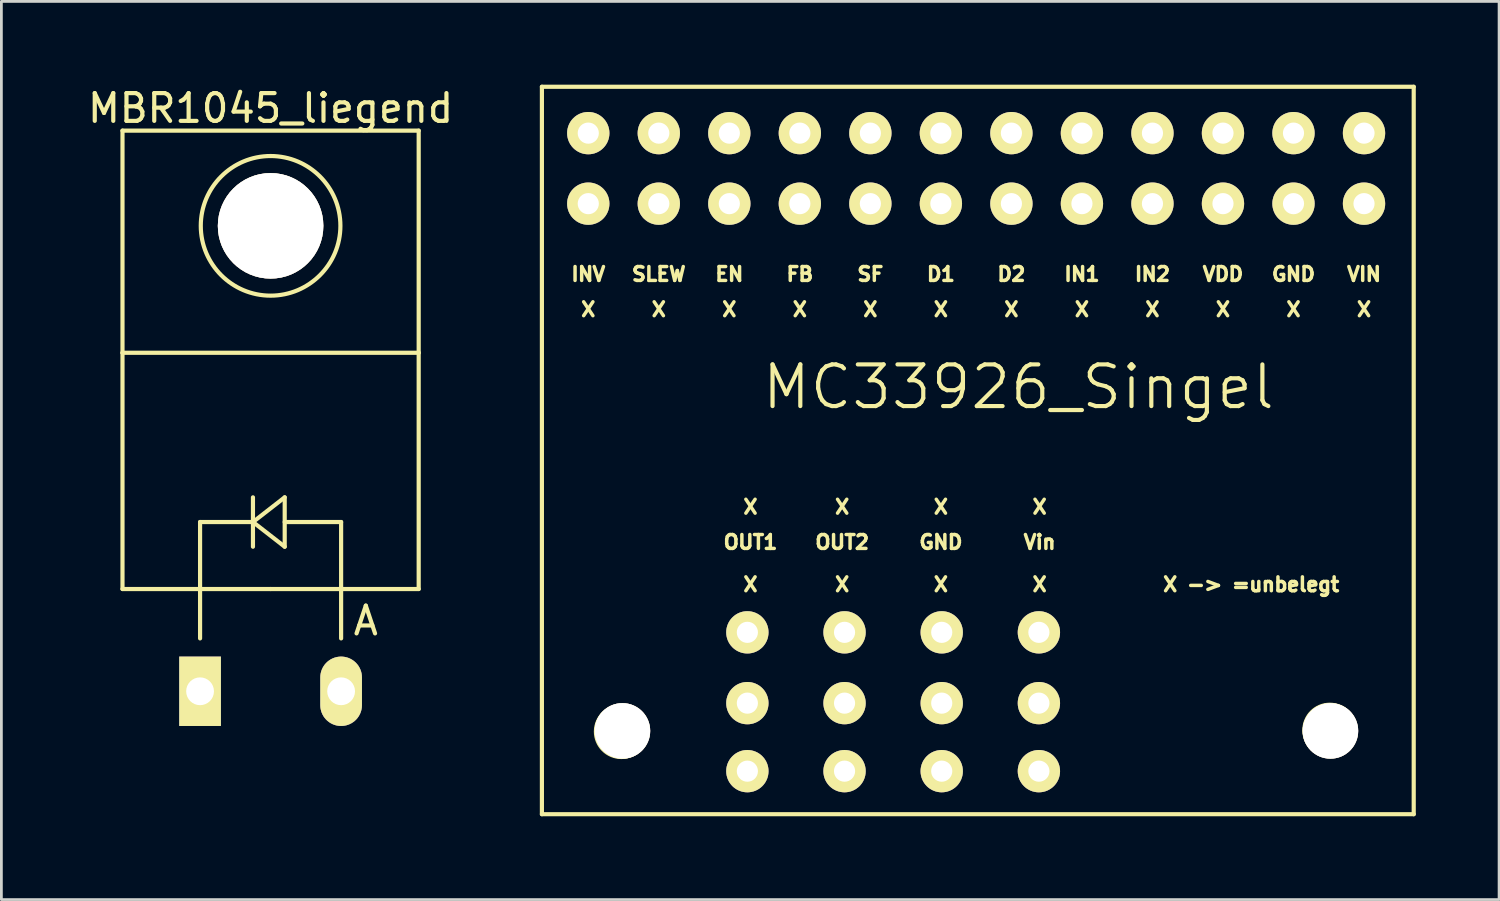
<source format=kicad_pcb>
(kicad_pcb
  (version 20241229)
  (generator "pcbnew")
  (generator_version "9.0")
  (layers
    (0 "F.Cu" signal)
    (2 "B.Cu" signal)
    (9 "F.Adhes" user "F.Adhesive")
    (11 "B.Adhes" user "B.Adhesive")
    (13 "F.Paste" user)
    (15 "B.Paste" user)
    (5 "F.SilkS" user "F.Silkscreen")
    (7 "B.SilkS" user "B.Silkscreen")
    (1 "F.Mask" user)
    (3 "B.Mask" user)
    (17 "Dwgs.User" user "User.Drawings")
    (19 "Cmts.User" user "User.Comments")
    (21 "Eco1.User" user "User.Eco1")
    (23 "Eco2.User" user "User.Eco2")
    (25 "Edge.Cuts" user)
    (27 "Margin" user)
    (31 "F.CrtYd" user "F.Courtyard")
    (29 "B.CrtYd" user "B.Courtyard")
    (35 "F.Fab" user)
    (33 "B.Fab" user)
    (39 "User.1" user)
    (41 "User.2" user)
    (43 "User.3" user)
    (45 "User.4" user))
  (footprint "MBR1045_liegend"
    (layer "F.Cu")
    (at 6.696 21.848)
    (property "Reference" "MBR1045_liegend" (at 0 -21 0) (layer "F.SilkS") (effects (font (size 1 1) (thickness 0.15))))
    (attr through_hole)
    (fp_line (start -5.334 -20.193) (end -5.334 -12.192) (stroke (width 0.15) (type solid)) (layer "F.SilkS"))
    (fp_line (start -5.334 -12.192) (end -5.334 -3.683) (stroke (width 0.15) (type solid)) (layer "F.SilkS"))
    (fp_line (start -2.54 -6.096) (end -2.54 -3.683) (stroke (width 0.15) (type solid)) (layer "F.SilkS"))
    (fp_line (start -2.54 -3.683) (end -2.54 -1.905) (stroke (width 0.15) (type solid)) (layer "F.SilkS"))
    (fp_line (start -0.635 -6.985) (end -0.635 -5.207) (stroke (width 0.15) (type solid)) (layer "F.SilkS"))
    (fp_line (start -0.635 -6.096) (end -2.54 -6.096) (stroke (width 0.15) (type solid)) (layer "F.SilkS"))
    (fp_line (start -0.635 -6.096) (end 0.508 -6.985) (stroke (width 0.15) (type solid)) (layer "F.SilkS"))
    (fp_line (start 0 -3.683) (end -5.334 -3.683) (stroke (width 0.15) (type solid)) (layer "F.SilkS"))
    (fp_line (start 0 -3.683) (end 5.334 -3.683) (stroke (width 0.15) (type solid)) (layer "F.SilkS"))
    (fp_line (start 0.508 -6.985) (end 0.508 -5.207) (stroke (width 0.15) (type solid)) (layer "F.SilkS"))
    (fp_line (start 0.508 -6.096) (end 2.54 -6.096) (stroke (width 0.15) (type solid)) (layer "F.SilkS"))
    (fp_line (start 0.508 -5.207) (end -0.635 -6.096) (stroke (width 0.15) (type solid)) (layer "F.SilkS"))
    (fp_line (start 2.54 -6.096) (end 2.54 -3.683) (stroke (width 0.15) (type solid)) (layer "F.SilkS"))
    (fp_line (start 2.54 -3.683) (end 2.54 -1.905) (stroke (width 0.15) (type solid)) (layer "F.SilkS"))
    (fp_line (start 5.334 -20.193) (end -5.334 -20.193) (stroke (width 0.15) (type solid)) (layer "F.SilkS"))
    (fp_line (start 5.334 -12.192) (end -5.334 -12.192) (stroke (width 0.15) (type solid)) (layer "F.SilkS"))
    (fp_line (start 5.334 -12.192) (end 5.334 -20.193) (stroke (width 0.15) (type solid)) (layer "F.SilkS"))
    (fp_line (start 5.334 -3.683) (end 5.334 -12.192) (stroke (width 0.15) (type solid)) (layer "F.SilkS"))
    (fp_circle (center 0 -16.764) (end 1.778 -14.986) (stroke (width 0.15) (type solid)) (fill no) (layer "F.SilkS"))
    (fp_text user "A" (at 3.429 -2.54 0) (layer "F.SilkS") (effects (font (size 1 1) (thickness 0.15))))
    (pad "1" thru_hole rect (at -2.54 0 90) (size 2.499 1.501) (drill 1.001) (layers "*.Cu" "*.Mask" "F.SilkS"))
    (pad "2" thru_hole oval (at 2.54 0 90) (size 2.499 1.501) (drill 1.001) (layers "*.Cu" "*.Mask" "F.SilkS"))
    (pad "3" thru_hole circle (at 0 -16.764 90) (size 3.8 3.8) (drill 3.8) (layers "*.Cu" "*.Mask" "F.SilkS")))
  (footprint "MC33926_Singel"
    (layer "F.Cu")
    (at 16.868 0.475)
    (property "Reference" "MC33926_Singel" (at 16.764 10.414 0) (layer "F.SilkS") (effects (font (size 1.5 1.5) (thickness 0.15))))
    (attr through_hole)
    (fp_line (start -0.4 -0.4) (end 31 -0.4) (stroke (width 0.15) (type solid)) (layer "F.SilkS"))
    (fp_line (start -0.4 25.8) (end -0.4 -0.4) (stroke (width 0.15) (type solid)) (layer "F.SilkS"))
    (fp_line (start -0.4 25.8) (end 31 25.8) (stroke (width 0.15) (type solid)) (layer "F.SilkS"))
    (fp_line (start 31 -0.4) (end 31 25.8) (stroke (width 0.15) (type solid)) (layer "F.SilkS"))
    (fp_circle (center 2.461 22.824) (end 3.223 22.316) (stroke (width 0.15) (type solid)) (fill no) (layer "F.SilkS"))
    (fp_circle (center 27.978 22.774) (end 28.74 22.266) (stroke (width 0.15) (type solid)) (fill no) (layer "F.SilkS"))
    (fp_text user "X" (at 21.59 7.62 0) (layer "F.SilkS") (effects (font (size 0.5 0.5) (thickness 0.125))))
    (fp_text user "X" (at 26.67 7.62 0) (layer "F.SilkS") (effects (font (size 0.5 0.5) (thickness 0.125))))
    (fp_text user "X" (at 7.112 14.732 0) (layer "F.SilkS") (effects (font (size 0.5 0.5) (thickness 0.125))))
    (fp_text user "IN1" (at 19.05 6.35 0) (layer "F.SilkS") (effects (font (size 0.5 0.5) (thickness 0.125))))
    (fp_text user "X" (at 17.526 17.526 0) (layer "F.SilkS") (effects (font (size 0.5 0.5) (thickness 0.125))))
    (fp_text user "OUT2" (at 10.414 16.002 0) (layer "F.SilkS") (effects (font (size 0.5 0.5) (thickness 0.125))))
    (fp_text user "D2" (at 16.51 6.35 0) (layer "F.SilkS") (effects (font (size 0.5 0.5) (thickness 0.125))))
    (fp_text user "SF" (at 11.43 6.35 0) (layer "F.SilkS") (effects (font (size 0.5 0.5) (thickness 0.125))))
    (fp_text user "X" (at 17.526 14.732 0) (layer "F.SilkS") (effects (font (size 0.5 0.5) (thickness 0.125))))
    (fp_text user "INV" (at 1.27 6.35 0) (layer "F.SilkS") (effects (font (size 0.5 0.5) (thickness 0.125))))
    (fp_text user "X" (at 3.81 7.62 0) (layer "F.SilkS") (effects (font (size 0.5 0.5) (thickness 0.125))))
    (fp_text user "Vin" (at 17.526 16.002 0) (layer "F.SilkS") (effects (font (size 0.5 0.5) (thickness 0.125))))
    (fp_text user "X" (at 13.97 17.526 0) (layer "F.SilkS") (effects (font (size 0.5 0.5) (thickness 0.125))))
    (fp_text user "X" (at 8.89 7.62 0) (layer "F.SilkS") (effects (font (size 0.5 0.5) (thickness 0.125))))
    (fp_text user "X" (at 6.35 7.62 0) (layer "F.SilkS") (effects (font (size 0.5 0.5) (thickness 0.125))))
    (fp_text user "SLEW" (at 3.81 6.35 0) (layer "F.SilkS") (effects (font (size 0.5 0.5) (thickness 0.125))))
    (fp_text user "VDD" (at 24.13 6.35 0) (layer "F.SilkS") (effects (font (size 0.5 0.5) (thickness 0.125))))
    (fp_text user "D1" (at 13.97 6.35 0) (layer "F.SilkS") (effects (font (size 0.5 0.5) (thickness 0.125))))
    (fp_text user "X" (at 29.21 7.62 0) (layer "F.SilkS") (effects (font (size 0.5 0.5) (thickness 0.125))))
    (fp_text user "GND" (at 26.67 6.35 0) (layer "F.SilkS") (effects (font (size 0.5 0.5) (thickness 0.125))))
    (fp_text user "GND" (at 13.97 16.002 0) (layer "F.SilkS") (effects (font (size 0.5 0.5) (thickness 0.125))))
    (fp_text user "X" (at 19.05 7.62 0) (layer "F.SilkS") (effects (font (size 0.5 0.5) (thickness 0.125))))
    (fp_text user "X" (at 13.97 7.62 0) (layer "F.SilkS") (effects (font (size 0.5 0.5) (thickness 0.125))))
    (fp_text user "X" (at 16.51 7.62 0) (layer "F.SilkS") (effects (font (size 0.5 0.5) (thickness 0.125))))
    (fp_text user "IN2" (at 21.59 6.35 0) (layer "F.SilkS") (effects (font (size 0.5 0.5) (thickness 0.125))))
    (fp_text user "FB" (at 8.89 6.35 0) (layer "F.SilkS") (effects (font (size 0.5 0.5) (thickness 0.125))))
    (fp_text user "X" (at 10.414 17.526 0) (layer "F.SilkS") (effects (font (size 0.5 0.5) (thickness 0.125))))
    (fp_text user "X" (at 7.112 17.526 0) (layer "F.SilkS") (effects (font (size 0.5 0.5) (thickness 0.125))))
    (fp_text user "X" (at 13.97 14.732 0) (layer "F.SilkS") (effects (font (size 0.5 0.5) (thickness 0.125))))
    (fp_text user "X" (at 1.27 7.62 0) (layer "F.SilkS") (effects (font (size 0.5 0.5) (thickness 0.125))))
    (fp_text user "OUT1" (at 7.112 16.002 0) (layer "F.SilkS") (effects (font (size 0.5 0.5) (thickness 0.125))))
    (fp_text user "X" (at 24.13 7.62 0) (layer "F.SilkS") (effects (font (size 0.5 0.5) (thickness 0.125))))
    (fp_text user "VIN" (at 29.21 6.35 0) (layer "F.SilkS") (effects (font (size 0.5 0.5) (thickness 0.125))))
    (fp_text user "X" (at 11.43 7.62 0) (layer "F.SilkS") (effects (font (size 0.5 0.5) (thickness 0.125))))
    (fp_text user "X -> =unbelegt" (at 25.146 17.526 0) (layer "F.SilkS") (effects (font (size 0.5 0.5) (thickness 0.125))))
    (fp_text user "EN" (at 6.35 6.35 0) (layer "F.SilkS") (effects (font (size 0.5 0.5) (thickness 0.125))))
    (fp_text user "X" (at 10.414 14.732 0) (layer "F.SilkS") (effects (font (size 0.5 0.5) (thickness 0.125))))
    (pad "17" thru_hole circle (at 16.51 3.81) (size 1.524 1.524) (drill 0.762) (layers "*.Cu" "*.Mask" "F.SilkS"))
    (pad "18" thru_hole circle (at 13.97 3.81) (size 1.524 1.524) (drill 0.762) (layers "*.Cu" "*.Mask" "F.SilkS"))
    (pad "19" thru_hole circle (at 6.35 3.81) (size 1.524 1.524) (drill 0.762) (layers "*.Cu" "*.Mask" "F.SilkS"))
    (pad "20" thru_hole circle (at 3.81 3.81) (size 1.524 1.524) (drill 0.762) (layers "*.Cu" "*.Mask" "F.SilkS"))
    (pad "21" thru_hole circle (at 1.27 3.81) (size 1.524 1.524) (drill 0.762) (layers "*.Cu" "*.Mask" "F.SilkS"))
    (pad "100" thru_hole circle (at 7 19.25) (size 1.524 1.524) (drill 0.762) (layers "*.Cu" "*.Mask" "F.SilkS"))
    (pad "101" thru_hole circle (at 10.5 19.25) (size 1.524 1.524) (drill 0.762) (layers "*.Cu" "*.Mask" "F.SilkS"))
    (pad "102" thru_hole circle (at 14 19.25) (size 1.524 1.524) (drill 0.762) (layers "*.Cu" "*.Mask" "F.SilkS"))
    (pad "103" thru_hole circle (at 17.5 19.25) (size 1.524 1.524) (drill 0.762) (layers "*.Cu" "*.Mask" "F.SilkS"))
    (pad "104" thru_hole circle (at 7 24.25) (size 1.524 1.524) (drill 0.762) (layers "*.Cu" "*.Mask" "F.SilkS"))
    (pad "105" thru_hole circle (at 10.5 24.25) (size 1.524 1.524) (drill 0.762) (layers "*.Cu" "*.Mask" "F.SilkS"))
    (pad "106" thru_hole circle (at 14 24.25) (size 1.524 1.524) (drill 0.762) (layers "*.Cu" "*.Mask" "F.SilkS"))
    (pad "107" thru_hole circle (at 17.5 24.25) (size 1.524 1.524) (drill 0.762) (layers "*.Cu" "*.Mask" "F.SilkS"))
    (pad "108" thru_hole circle (at 29.21 3.81) (size 1.524 1.524) (drill 0.762) (layers "*.Cu" "*.Mask" "F.SilkS"))
    (pad "109" thru_hole circle (at 26.67 3.81) (size 1.524 1.524) (drill 0.762) (layers "*.Cu" "*.Mask" "F.SilkS"))
    (pad "110" thru_hole circle (at 24.13 3.81) (size 1.524 1.524) (drill 0.762) (layers "*.Cu" "*.Mask" "F.SilkS"))
    (pad "111" thru_hole circle (at 21.59 3.81) (size 1.524 1.524) (drill 0.762) (layers "*.Cu" "*.Mask" "F.SilkS"))
    (pad "112" thru_hole circle (at 19.05 3.81) (size 1.524 1.524) (drill 0.762) (layers "*.Cu" "*.Mask" "F.SilkS"))
    (pad "113" thru_hole circle (at 11.43 3.81) (size 1.524 1.524) (drill 0.762) (layers "*.Cu" "*.Mask" "F.SilkS"))
    (pad "114" thru_hole circle (at 8.89 3.81) (size 1.524 1.524) (drill 0.762) (layers "*.Cu" "*.Mask" "F.SilkS"))
    (pad "D1" thru_hole circle (at 13.97 1.27) (size 1.524 1.524) (drill 0.762) (layers "*.Cu" "*.Mask" "F.SilkS"))
    (pad "D2" thru_hole circle (at 16.51 1.27) (size 1.524 1.524) (drill 0.762) (layers "*.Cu" "*.Mask" "F.SilkS"))
    (pad "EN" thru_hole circle (at 6.35 1.27) (size 1.524 1.524) (drill 0.762) (layers "*.Cu" "*.Mask" "F.SilkS"))
    (pad "FB" thru_hole circle (at 8.89 1.27) (size 1.524 1.524) (drill 0.762) (layers "*.Cu" "*.Mask" "F.SilkS"))
    (pad "GND" thru_hole circle (at 26.67 1.27) (size 1.524 1.524) (drill 0.762) (layers "*.Cu" "*.Mask" "F.SilkS"))
    (pad "GND-" thru_hole circle (at 14 21.8) (size 1.524 1.524) (drill 0.762) (layers "*.Cu" "*.Mask" "F.SilkS"))
    (pad "IN1" thru_hole circle (at 19.05 1.27) (size 1.524 1.524) (drill 0.762) (layers "*.Cu" "*.Mask" "F.SilkS"))
    (pad "IN2" thru_hole circle (at 21.59 1.27) (size 1.524 1.524) (drill 0.762) (layers "*.Cu" "*.Mask" "F.SilkS"))
    (pad "INV" thru_hole circle (at 1.27 1.27) (size 1.524 1.524) (drill 0.762) (layers "*.Cu" "*.Mask" "F.SilkS"))
    (pad "OUT1" thru_hole circle (at 7 21.8) (size 1.524 1.524) (drill 0.762) (layers "*.Cu" "*.Mask" "F.SilkS"))
    (pad "OUT2" thru_hole circle (at 10.5 21.8) (size 1.524 1.524) (drill 0.762) (layers "*.Cu" "*.Mask" "F.SilkS"))
    (pad "SF" thru_hole circle (at 11.43 1.27) (size 1.524 1.524) (drill 0.762) (layers "*.Cu" "*.Mask" "F.SilkS"))
    (pad "SLEW" thru_hole circle (at 3.81 1.27) (size 1.524 1.524) (drill 0.762) (layers "*.Cu" "*.Mask" "F.SilkS"))
    (pad "VDD" thru_hole circle (at 24.13 1.27) (size 1.524 1.524) (drill 0.762) (layers "*.Cu" "*.Mask" "F.SilkS"))
    (pad "VIN" thru_hole circle (at 29.21 1.27) (size 1.524 1.524) (drill 0.762) (layers "*.Cu" "*.Mask" "F.SilkS"))
    (pad "VIN-" thru_hole circle (at 17.5 21.8) (size 1.524 1.524) (drill 0.762) (layers "*.Cu" "*.Mask" "F.SilkS"))
    (pad "~" thru_hole circle (at 2.5 22.8) (size 2 2) (drill 2) (layers "*.Cu" "*.Mask" "F.SilkS"))
    (pad "~" thru_hole circle (at 28 22.8) (size 2 2) (drill 2) (layers "*.Cu" "*.Mask" "F.SilkS")))
  (gr_rect
    (start -3 -3)
    (end 50.943 29.35)
    (stroke (width 0.1) (type default))
    (fill no)
    (layer "Edge.Cuts")))
</source>
